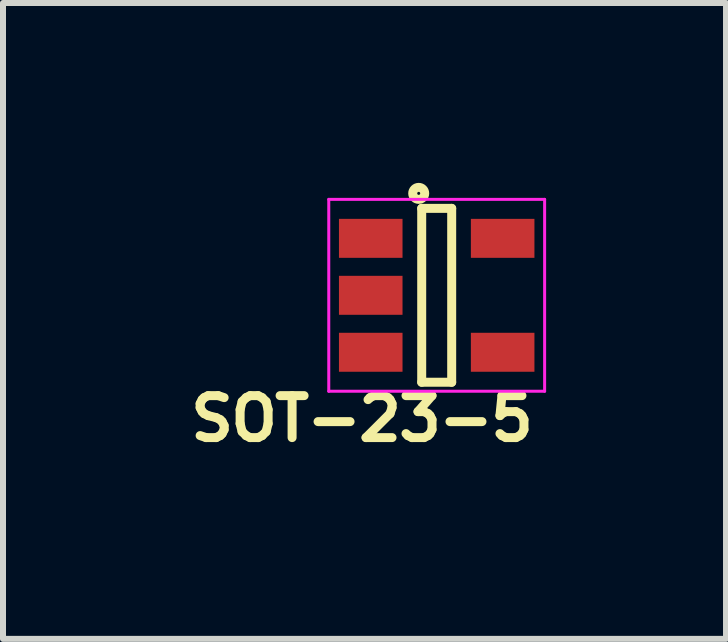
<source format=kicad_pcb>
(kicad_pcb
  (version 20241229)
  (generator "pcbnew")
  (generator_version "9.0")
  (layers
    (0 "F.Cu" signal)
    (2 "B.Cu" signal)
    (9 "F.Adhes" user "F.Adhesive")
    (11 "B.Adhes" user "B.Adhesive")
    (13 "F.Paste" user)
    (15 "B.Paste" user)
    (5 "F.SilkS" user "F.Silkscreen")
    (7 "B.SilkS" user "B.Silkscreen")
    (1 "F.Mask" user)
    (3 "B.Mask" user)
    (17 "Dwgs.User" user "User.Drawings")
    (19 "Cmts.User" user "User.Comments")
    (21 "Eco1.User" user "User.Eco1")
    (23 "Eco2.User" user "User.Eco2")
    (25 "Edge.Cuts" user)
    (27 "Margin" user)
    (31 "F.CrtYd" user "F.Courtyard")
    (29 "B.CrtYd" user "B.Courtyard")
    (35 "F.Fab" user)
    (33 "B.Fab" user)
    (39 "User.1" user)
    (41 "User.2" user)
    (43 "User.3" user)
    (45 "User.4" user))
  (footprint "SOT-23-5"
    (layer "F.Cu")
    (at 4.233 1.875)
    (property "Reference" "SOT-23-5" (at -1.245 2.057 0) (layer "F.SilkS") (effects (font (size 0.7 0.7) (thickness 0.15))))
    (attr smd)
    (fp_line (start -0.25 -1.45) (end -0.25 1.45) (stroke (width 0.15) (type solid)) (layer "F.SilkS"))
    (fp_line (start -0.25 1.45) (end 0.25 1.45) (stroke (width 0.15) (type solid)) (layer "F.SilkS"))
    (fp_line (start 0.25 -1.45) (end -0.25 -1.45) (stroke (width 0.15) (type solid)) (layer "F.SilkS"))
    (fp_line (start 0.25 1.45) (end 0.25 -1.45) (stroke (width 0.15) (type solid)) (layer "F.SilkS"))
    (fp_circle (center -0.3 -1.7) (end -0.2 -1.7) (stroke (width 0.15) (type solid)) (fill no) (layer "F.SilkS"))
    (fp_line (start -1.8 -1.6) (end 1.8 -1.6) (stroke (width 0.05) (type solid)) (layer "F.CrtYd"))
    (fp_line (start -1.8 1.6) (end -1.8 -1.6) (stroke (width 0.05) (type solid)) (layer "F.CrtYd"))
    (fp_line (start 1.8 -1.6) (end 1.8 1.6) (stroke (width 0.05) (type solid)) (layer "F.CrtYd"))
    (fp_line (start 1.8 1.6) (end -1.8 1.6) (stroke (width 0.05) (type solid)) (layer "F.CrtYd"))
    (pad "1" smd rect (at -1.1 -0.95) (size 1.06 0.65) (layers "F.Cu" "F.Mask" "F.Paste"))
    (pad "2" smd rect (at -1.1 0) (size 1.06 0.65) (layers "F.Cu" "F.Mask" "F.Paste"))
    (pad "3" smd rect (at -1.1 0.95) (size 1.06 0.65) (layers "F.Cu" "F.Mask" "F.Paste"))
    (pad "4" smd rect (at 1.1 0.95) (size 1.06 0.65) (layers "F.Cu" "F.Mask" "F.Paste"))
    (pad "5" smd rect (at 1.1 -0.95) (size 1.06 0.65) (layers "F.Cu" "F.Mask" "F.Paste")))
  (gr_rect
    (start -3 -3)
    (end 9.058 7.605)
    (stroke (width 0.1) (type default))
    (fill no)
    (layer "Edge.Cuts")))
</source>
